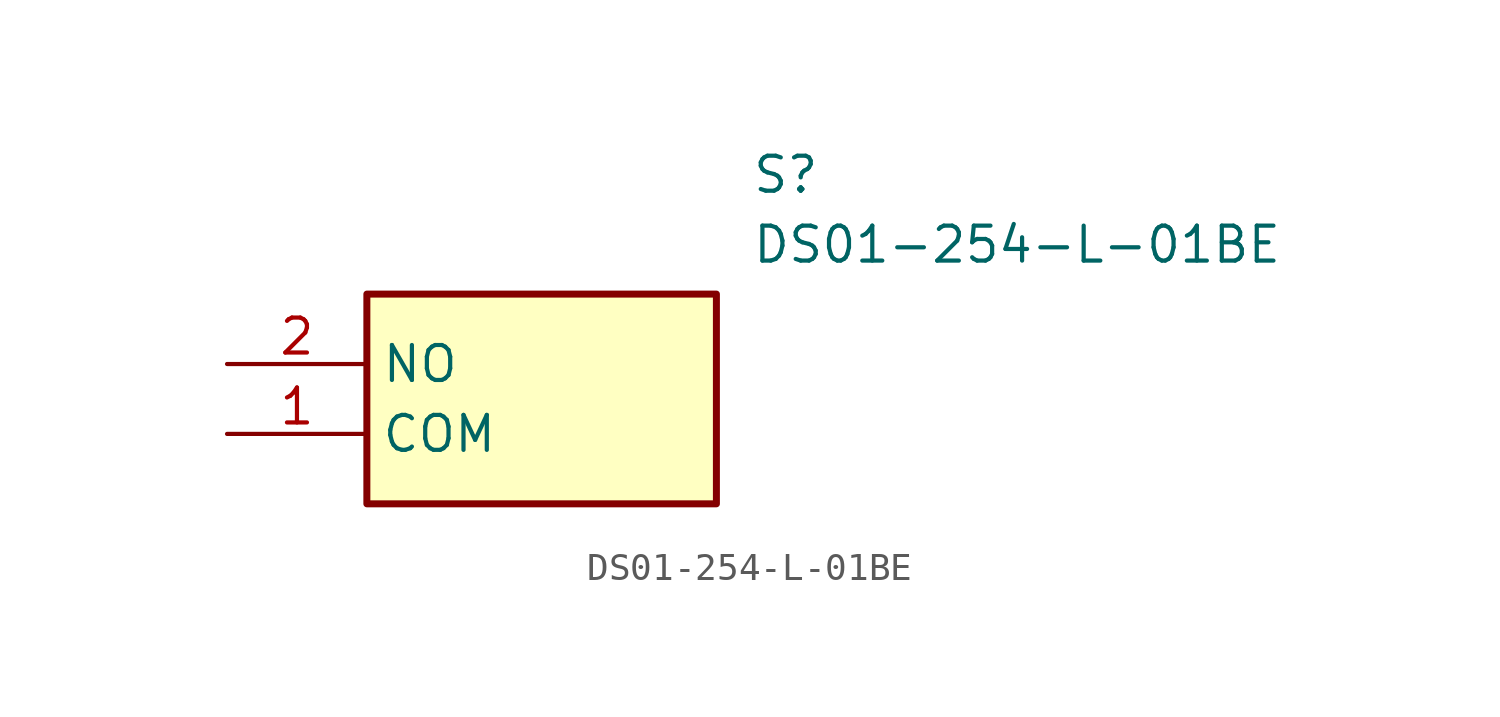
<source format=kicad_sym>
(kicad_symbol_lib
  (version 20211014)
  (generator SamacSys_ECAD_Model)
  (symbol "DS01-254-L-01BE"
    (property "Reference" "S"
      (at 19.05 7.62 0)
      (effects (font (size 1.27 1.27)) (justify left top)))
    (property "Value" "DS01-254-L-01BE"
      (at 19.05 5.08 0)
      (effects (font (size 1.27 1.27)) (justify left top)))
    (rectangle
      (start 5.08 2.54)
      (end 17.78 -5.08)
      (stroke (width 0.254) (type default))
      (fill (type background)))
    (pin passive line
      (at 0 -2.54 0)
      (length 5.08)
      (name "COM" (effects (font (size 1.27 1.27))))
      (number "1" (effects (font (size 1.27 1.27)))))
    (pin passive line
      (at 0 0 0)
      (length 5.08)
      (name "NO" (effects (font (size 1.27 1.27))))
      (number "2" (effects (font (size 1.27 1.27)))))))
</source>
